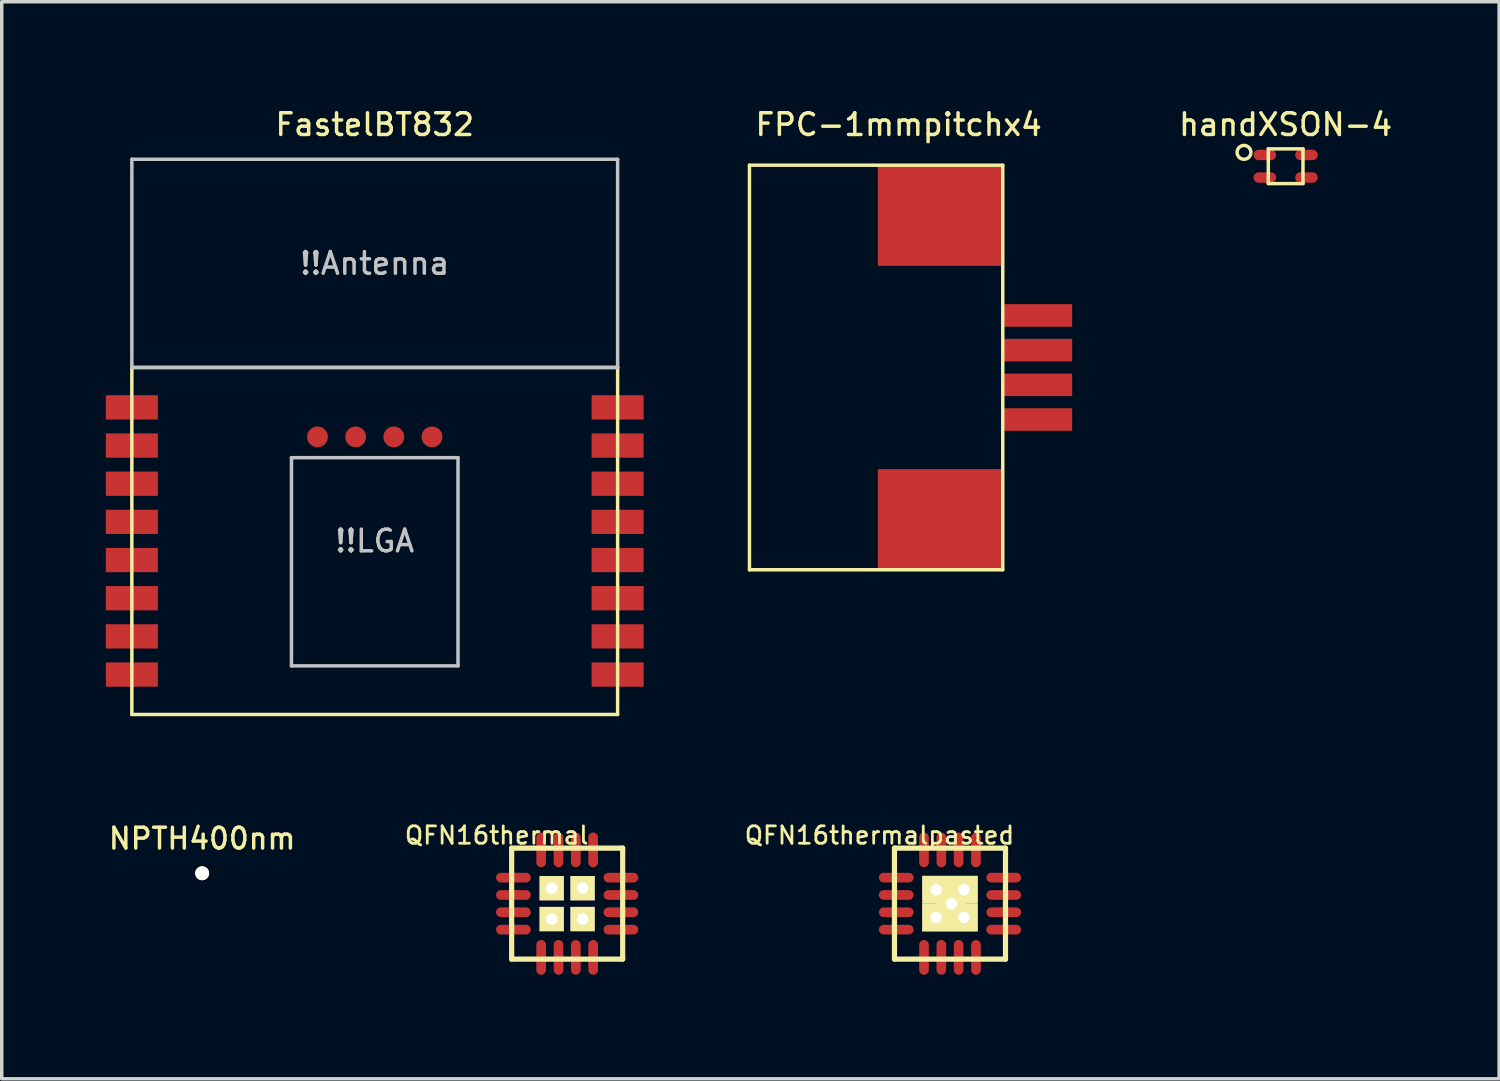
<source format=kicad_pcb>
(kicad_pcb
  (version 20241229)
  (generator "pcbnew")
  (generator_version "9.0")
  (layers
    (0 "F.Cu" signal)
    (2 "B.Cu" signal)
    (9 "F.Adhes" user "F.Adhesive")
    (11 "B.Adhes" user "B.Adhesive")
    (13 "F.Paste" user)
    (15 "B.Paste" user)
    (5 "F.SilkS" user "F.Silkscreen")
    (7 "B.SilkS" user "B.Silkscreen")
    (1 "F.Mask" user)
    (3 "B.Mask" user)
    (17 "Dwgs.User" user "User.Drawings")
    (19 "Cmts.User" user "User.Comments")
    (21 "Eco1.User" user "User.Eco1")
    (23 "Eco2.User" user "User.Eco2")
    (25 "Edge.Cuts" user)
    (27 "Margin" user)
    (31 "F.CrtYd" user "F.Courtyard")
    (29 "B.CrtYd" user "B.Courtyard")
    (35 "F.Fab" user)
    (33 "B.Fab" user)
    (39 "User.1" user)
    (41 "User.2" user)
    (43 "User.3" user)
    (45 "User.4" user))
  (footprint "FPC-1mmpitchx4"
    (layer "F.Cu")
    (at 25.85 7.541)
    (property "Reference" "FPC-1mmpitchx4" (at -3 -7 0) (layer "F.SilkS") (effects (font (size 0.625 0.625) (thickness 0.1))))
    (attr through_hole)
    (fp_line (start -7.3 -5.83) (end -7.3 5.83) (stroke (width 0.1) (type solid)) (layer "F.SilkS"))
    (fp_line (start -7.3 5.83) (end 0 5.83) (stroke (width 0.1) (type solid)) (layer "F.SilkS"))
    (fp_line (start 0 -5.83) (end -7.3 -5.83) (stroke (width 0.1) (type solid)) (layer "F.SilkS"))
    (fp_line (start 0 5.83) (end 0 -5.83) (stroke (width 0.1) (type solid)) (layer "F.SilkS"))
    (pad "" smd rect (at -1.8 -4.38) (size 3.6 2.9) (layers "F.Cu" "F.Mask" "F.Paste"))
    (pad "" smd rect (at -1.8 4.38) (size 3.6 2.9) (layers "F.Cu" "F.Mask" "F.Paste"))
    (pad "1" smd rect (at 1 -1.5) (size 2 0.65) (layers "F.Cu" "F.Mask" "F.Paste"))
    (pad "2" smd rect (at 1 -0.5) (size 2 0.65) (layers "F.Cu" "F.Mask" "F.Paste"))
    (pad "3" smd rect (at 1 0.5) (size 2 0.65) (layers "F.Cu" "F.Mask" "F.Paste"))
    (pad "4" smd rect (at 1 1.5) (size 2 0.65) (layers "F.Cu" "F.Mask" "F.Paste")))
  (footprint "FastelBT832"
    (layer "F.Cu")
    (at 7.75 12.541)
    (property "Reference" "FastelBT832" (at 0 -12 0) (layer "F.SilkS") (effects (font (size 0.625 0.625) (thickness 0.1))))
    (attr through_hole)
    (fp_line (start -7 -5) (end -7 5) (stroke (width 0.1) (type solid)) (layer "F.SilkS"))
    (fp_line (start -7 5) (end 7 5) (stroke (width 0.1) (type solid)) (layer "F.SilkS"))
    (fp_line (start 7 -5) (end -7 -5) (stroke (width 0.1) (type solid)) (layer "F.SilkS"))
    (fp_line (start 7 5) (end 7 -5) (stroke (width 0.1) (type solid)) (layer "F.SilkS"))
    (fp_line (start -7 -11) (end -7 -5) (stroke (width 0.1) (type solid)) (layer "Dwgs.User"))
    (fp_line (start -7 -5) (end 7 -5) (stroke (width 0.1) (type solid)) (layer "Dwgs.User"))
    (fp_line (start -2.4 -2.4) (end -2.4 3.6) (stroke (width 0.1) (type solid)) (layer "Dwgs.User"))
    (fp_line (start -2.4 3.6) (end 2.4 3.6) (stroke (width 0.1) (type solid)) (layer "Dwgs.User"))
    (fp_line (start 2.4 -2.4) (end -2.4 -2.4) (stroke (width 0.1) (type solid)) (layer "Dwgs.User"))
    (fp_line (start 2.4 3.6) (end 2.4 -2.4) (stroke (width 0.1) (type solid)) (layer "Dwgs.User"))
    (fp_line (start 7 -11) (end -7 -11) (stroke (width 0.1) (type solid)) (layer "Dwgs.User"))
    (fp_line (start 7 -5) (end 7 -11) (stroke (width 0.1) (type solid)) (layer "Dwgs.User"))
    (fp_text user "!!LGA" (at 0 0 0) (layer "Dwgs.User") (effects (font (size 0.625 0.625) (thickness 0.1))))
    (fp_text user "!!Antenna" (at 0 -8 0) (layer "Dwgs.User") (effects (font (size 0.625 0.625) (thickness 0.1))))
    (pad "1" smd rect (at -7 -3.85 180) (size 1.5 0.7) (layers "F.Cu" "F.Mask" "F.Paste"))
    (pad "2" smd rect (at -7 -2.75 180) (size 1.5 0.7) (layers "F.Cu" "F.Mask" "F.Paste"))
    (pad "3" smd rect (at -7 -1.65 180) (size 1.5 0.7) (layers "F.Cu" "F.Mask" "F.Paste"))
    (pad "4" smd rect (at -7 -0.55 180) (size 1.5 0.7) (layers "F.Cu" "F.Mask" "F.Paste"))
    (pad "5" smd rect (at -7 0.55 180) (size 1.5 0.7) (layers "F.Cu" "F.Mask" "F.Paste"))
    (pad "6" smd rect (at -7 1.65 180) (size 1.5 0.7) (layers "F.Cu" "F.Mask" "F.Paste"))
    (pad "7" smd rect (at -7 2.75 180) (size 1.5 0.7) (layers "F.Cu" "F.Mask" "F.Paste"))
    (pad "8" smd rect (at -7 3.85 180) (size 1.5 0.7) (layers "F.Cu" "F.Mask" "F.Paste"))
    (pad "9" smd rect (at 7 3.85) (size 1.5 0.7) (layers "F.Cu" "F.Mask" "F.Paste"))
    (pad "10" smd oval (at -1.65 -3) (size 0.6 0.6) (layers "F.Cu" "F.Mask" "F.Paste"))
    (pad "10" smd oval (at -0.55 -3) (size 0.6 0.6) (layers "F.Cu" "F.Mask" "F.Paste"))
    (pad "10" smd oval (at 0.55 -3) (size 0.6 0.6) (layers "F.Cu" "F.Mask" "F.Paste"))
    (pad "10" smd oval (at 1.65 -3) (size 0.6 0.6) (layers "F.Cu" "F.Mask" "F.Paste"))
    (pad "10" smd rect (at 7 2.75) (size 1.5 0.7) (layers "F.Cu" "F.Mask" "F.Paste"))
    (pad "11" smd rect (at 7 1.65) (size 1.5 0.7) (layers "F.Cu" "F.Mask" "F.Paste"))
    (pad "12" smd rect (at 7 0.55) (size 1.5 0.7) (layers "F.Cu" "F.Mask" "F.Paste"))
    (pad "13" smd rect (at 7 -0.55) (size 1.5 0.7) (layers "F.Cu" "F.Mask" "F.Paste"))
    (pad "14" smd rect (at 7 -1.65) (size 1.5 0.7) (layers "F.Cu" "F.Mask" "F.Paste"))
    (pad "15" smd rect (at 7 -2.75) (size 1.5 0.7) (layers "F.Cu" "F.Mask" "F.Paste"))
    (pad "16" smd rect (at 7 -3.85) (size 1.5 0.7) (layers "F.Cu" "F.Mask" "F.Paste")))
  (footprint "QFN16thermal"
    (layer "F.Cu")
    (at 13.296 22.993)
    (property "Reference" "QFN16thermal" (at -2.032 -1.968 0) (layer "F.SilkS") (effects (font (size 0.5 0.5) (thickness 0.08))))
    (attr through_hole)
    (fp_line (start -1.6 -1.6) (end -1.6 1.6) (stroke (width 0.15) (type solid)) (layer "F.SilkS"))
    (fp_line (start -1.6 -1.6) (end 1.6 -1.6) (stroke (width 0.15) (type solid)) (layer "F.SilkS"))
    (fp_line (start -1.6 1.6) (end 1.6 1.6) (stroke (width 0.15) (type solid)) (layer "F.SilkS"))
    (fp_line (start 1.6 1.6) (end 1.6 -1.6) (stroke (width 0.15) (type solid)) (layer "F.SilkS"))
    (pad "1" smd oval (at -1.549 -0.749) (size 1.001 0.279) (layers "F.Cu" "F.Mask" "F.Paste"))
    (pad "2" smd oval (at -1.549 -0.249) (size 1.001 0.279) (layers "F.Cu" "F.Mask" "F.Paste"))
    (pad "3" smd oval (at -1.549 0.249) (size 1.001 0.279) (layers "F.Cu" "F.Mask" "F.Paste"))
    (pad "4" smd oval (at -1.549 0.749) (size 1.001 0.279) (layers "F.Cu" "F.Mask" "F.Paste"))
    (pad "5" smd oval (at -0.749 1.549 90) (size 1.001 0.279) (layers "F.Cu" "F.Mask" "F.Paste"))
    (pad "6" smd oval (at -0.249 1.549 90) (size 1.001 0.279) (layers "F.Cu" "F.Mask" "F.Paste"))
    (pad "7" smd oval (at 0.249 1.549 90) (size 1.001 0.279) (layers "F.Cu" "F.Mask" "F.Paste"))
    (pad "8" smd oval (at 0.749 1.549 90) (size 1.001 0.279) (layers "F.Cu" "F.Mask" "F.Paste"))
    (pad "9" smd oval (at 1.549 0.749) (size 1.001 0.279) (layers "F.Cu" "F.Mask" "F.Paste"))
    (pad "10" smd oval (at 1.549 0.249) (size 1.001 0.279) (layers "F.Cu" "F.Mask" "F.Paste"))
    (pad "11" smd oval (at 1.549 -0.249) (size 1.001 0.279) (layers "F.Cu" "F.Mask" "F.Paste"))
    (pad "12" smd oval (at 1.549 -0.749) (size 1.001 0.279) (layers "F.Cu" "F.Mask" "F.Paste"))
    (pad "13" smd oval (at 0.749 -1.549 90) (size 1.001 0.279) (layers "F.Cu" "F.Mask" "F.Paste"))
    (pad "14" smd oval (at 0.249 -1.549 90) (size 1.001 0.279) (layers "F.Cu" "F.Mask" "F.Paste"))
    (pad "15" smd oval (at -0.249 -1.549 90) (size 1.001 0.279) (layers "F.Cu" "F.Mask" "F.Paste"))
    (pad "16" smd oval (at -0.749 -1.549 90) (size 1.001 0.279) (layers "F.Cu" "F.Mask" "F.Paste"))
    (pad "17" thru_hole rect (at -0.445 -0.445) (size 0.7 0.7) (drill 0.33) (layers "*.Cu" "*.Mask" "F.SilkS"))
    (pad "17" thru_hole rect (at -0.445 0.445) (size 0.7 0.7) (drill 0.33) (layers "*.Cu" "*.Mask" "F.SilkS"))
    (pad "17" thru_hole rect (at 0.445 -0.445) (size 0.7 0.7) (drill 0.33) (layers "*.Cu" "*.Mask" "F.SilkS"))
    (pad "17" thru_hole rect (at 0.445 0.445) (size 0.7 0.7) (drill 0.33) (layers "*.Cu" "*.Mask" "F.SilkS")))
  (footprint "handXSON-4"
    (layer "F.Cu")
    (at 34.003 1.741)
    (property "Reference" "handXSON-4" (at 0 -1.2 0) (layer "F.SilkS") (effects (font (size 0.625 0.625) (thickness 0.1))))
    (attr through_hole)
    (fp_line (start -0.5 -0.5) (end -0.5 0.5) (stroke (width 0.1) (type solid)) (layer "F.SilkS"))
    (fp_line (start -0.5 0.5) (end 0.5 0.5) (stroke (width 0.1) (type solid)) (layer "F.SilkS"))
    (fp_line (start 0.5 -0.5) (end -0.5 -0.5) (stroke (width 0.1) (type solid)) (layer "F.SilkS"))
    (fp_line (start 0.5 0.5) (end 0.5 -0.5) (stroke (width 0.1) (type solid)) (layer "F.SilkS"))
    (fp_circle (center -1.2 -0.4) (end -1.059 -0.259) (stroke (width 0.1) (type solid)) (fill no) (layer "F.SilkS"))
    (pad "1" smd oval (at -0.6 -0.325 180) (size 0.65 0.3) (layers "F.Cu" "F.Mask" "F.Paste"))
    (pad "2" smd oval (at -0.6 0.325 180) (size 0.65 0.3) (layers "F.Cu" "F.Mask" "F.Paste"))
    (pad "3" smd oval (at 0.6 0.325) (size 0.65 0.3) (layers "F.Cu" "F.Mask" "F.Paste"))
    (pad "4" smd oval (at 0.6 -0.325) (size 0.65 0.3) (layers "F.Cu" "F.Mask" "F.Paste")))
  (footprint "NPTH400nm"
    (placed yes)
    (layer "F.Cu")
    (at 2.776 22.118)
    (property "Reference" "NPTH400nm" (at 0 -1 0) (layer "F.SilkS") (effects (font (size 0.6 0.6) (thickness 0.1))))
    (attr through_hole)
    (pad "" np_thru_hole circle (at 0 0) (size 0.4 0.4) (drill 0.4) (layers "*.Cu" "*.Mask" "F.SilkS")))
  (footprint "QFN16thermalpasted"
    (layer "F.Cu")
    (at 24.329 22.993)
    (property "Reference" "QFN16thermalpasted" (at -2.032 -1.968 0) (layer "F.SilkS") (effects (font (size 0.5 0.5) (thickness 0.08))))
    (attr through_hole)
    (fp_line (start -1.6 -1.6) (end -1.6 1.6) (stroke (width 0.15) (type solid)) (layer "F.SilkS"))
    (fp_line (start -1.6 -1.6) (end 1.6 -1.6) (stroke (width 0.15) (type solid)) (layer "F.SilkS"))
    (fp_line (start -1.6 1.6) (end 1.6 1.6) (stroke (width 0.15) (type solid)) (layer "F.SilkS"))
    (fp_line (start 1.6 1.6) (end 1.6 -1.6) (stroke (width 0.15) (type solid)) (layer "F.SilkS"))
    (pad "1" smd oval (at -1.549 -0.749) (size 1.001 0.279) (layers "F.Cu" "F.Mask" "F.Paste"))
    (pad "2" smd oval (at -1.549 -0.249) (size 1.001 0.279) (layers "F.Cu" "F.Mask" "F.Paste"))
    (pad "3" smd oval (at -1.549 0.249) (size 1.001 0.279) (layers "F.Cu" "F.Mask" "F.Paste"))
    (pad "4" smd oval (at -1.549 0.749) (size 1.001 0.279) (layers "F.Cu" "F.Mask" "F.Paste"))
    (pad "5" smd oval (at -0.749 1.549 90) (size 1.001 0.279) (layers "F.Cu" "F.Mask" "F.Paste"))
    (pad "6" smd oval (at -0.249 1.549 90) (size 1.001 0.279) (layers "F.Cu" "F.Mask" "F.Paste"))
    (pad "7" smd oval (at 0.249 1.549 90) (size 1.001 0.279) (layers "F.Cu" "F.Mask" "F.Paste"))
    (pad "8" smd oval (at 0.749 1.549 90) (size 1.001 0.279) (layers "F.Cu" "F.Mask" "F.Paste"))
    (pad "9" smd oval (at 1.549 0.749) (size 1.001 0.279) (layers "F.Cu" "F.Mask" "F.Paste"))
    (pad "10" smd oval (at 1.549 0.249) (size 1.001 0.279) (layers "F.Cu" "F.Mask" "F.Paste"))
    (pad "11" smd oval (at 1.549 -0.249) (size 1.001 0.279) (layers "F.Cu" "F.Mask" "F.Paste"))
    (pad "12" smd oval (at 1.549 -0.749) (size 1.001 0.279) (layers "F.Cu" "F.Mask" "F.Paste"))
    (pad "13" smd oval (at 0.749 -1.549 90) (size 1.001 0.279) (layers "F.Cu" "F.Mask" "F.Paste"))
    (pad "14" smd oval (at 0.249 -1.549 90) (size 1.001 0.279) (layers "F.Cu" "F.Mask" "F.Paste"))
    (pad "15" smd oval (at -0.249 -1.549 90) (size 1.001 0.279) (layers "F.Cu" "F.Mask" "F.Paste"))
    (pad "16" smd oval (at -0.749 -1.549 90) (size 1.001 0.279) (layers "F.Cu" "F.Mask" "F.Paste"))
    (pad "17" smd rect (at -0.4 -0.4) (size 0.68 0.68) (layers "F.Cu" "F.Mask" "F.Paste"))
    (pad "17" thru_hole rect (at -0.4 -0.4) (size 0.8 0.8) (drill 0.33) (layers "*.Cu" "*.Mask" "F.SilkS"))
    (pad "17" smd rect (at -0.4 0.4) (size 0.68 0.68) (layers "F.Cu" "F.Mask" "F.Paste"))
    (pad "17" thru_hole rect (at -0.4 0.4) (size 0.8 0.8) (drill 0.33) (layers "*.Cu" "*.Mask" "F.SilkS"))
    (pad "17" thru_hole rect (at 0.044 0.005) (size 0.85 0.85) (drill 0.33) (layers "*.Cu" "*.Mask" "F.SilkS"))
    (pad "17" smd rect (at 0.4 -0.4) (size 0.68 0.68) (layers "F.Cu" "F.Mask" "F.Paste"))
    (pad "17" thru_hole rect (at 0.4 -0.4) (size 0.8 0.8) (drill 0.33) (layers "*.Cu" "*.Mask" "F.SilkS"))
    (pad "17" smd rect (at 0.4 0.4) (size 0.68 0.68) (layers "F.Cu" "F.Mask" "F.Paste"))
    (pad "17" thru_hole rect (at 0.4 0.4) (size 0.8 0.8) (drill 0.33) (layers "*.Cu" "*.Mask" "F.SilkS")))
  (gr_rect
    (start -3 -3)
    (end 40.156 28.042)
    (stroke (width 0.1) (type default))
    (fill no)
    (layer "Edge.Cuts")))
</source>
